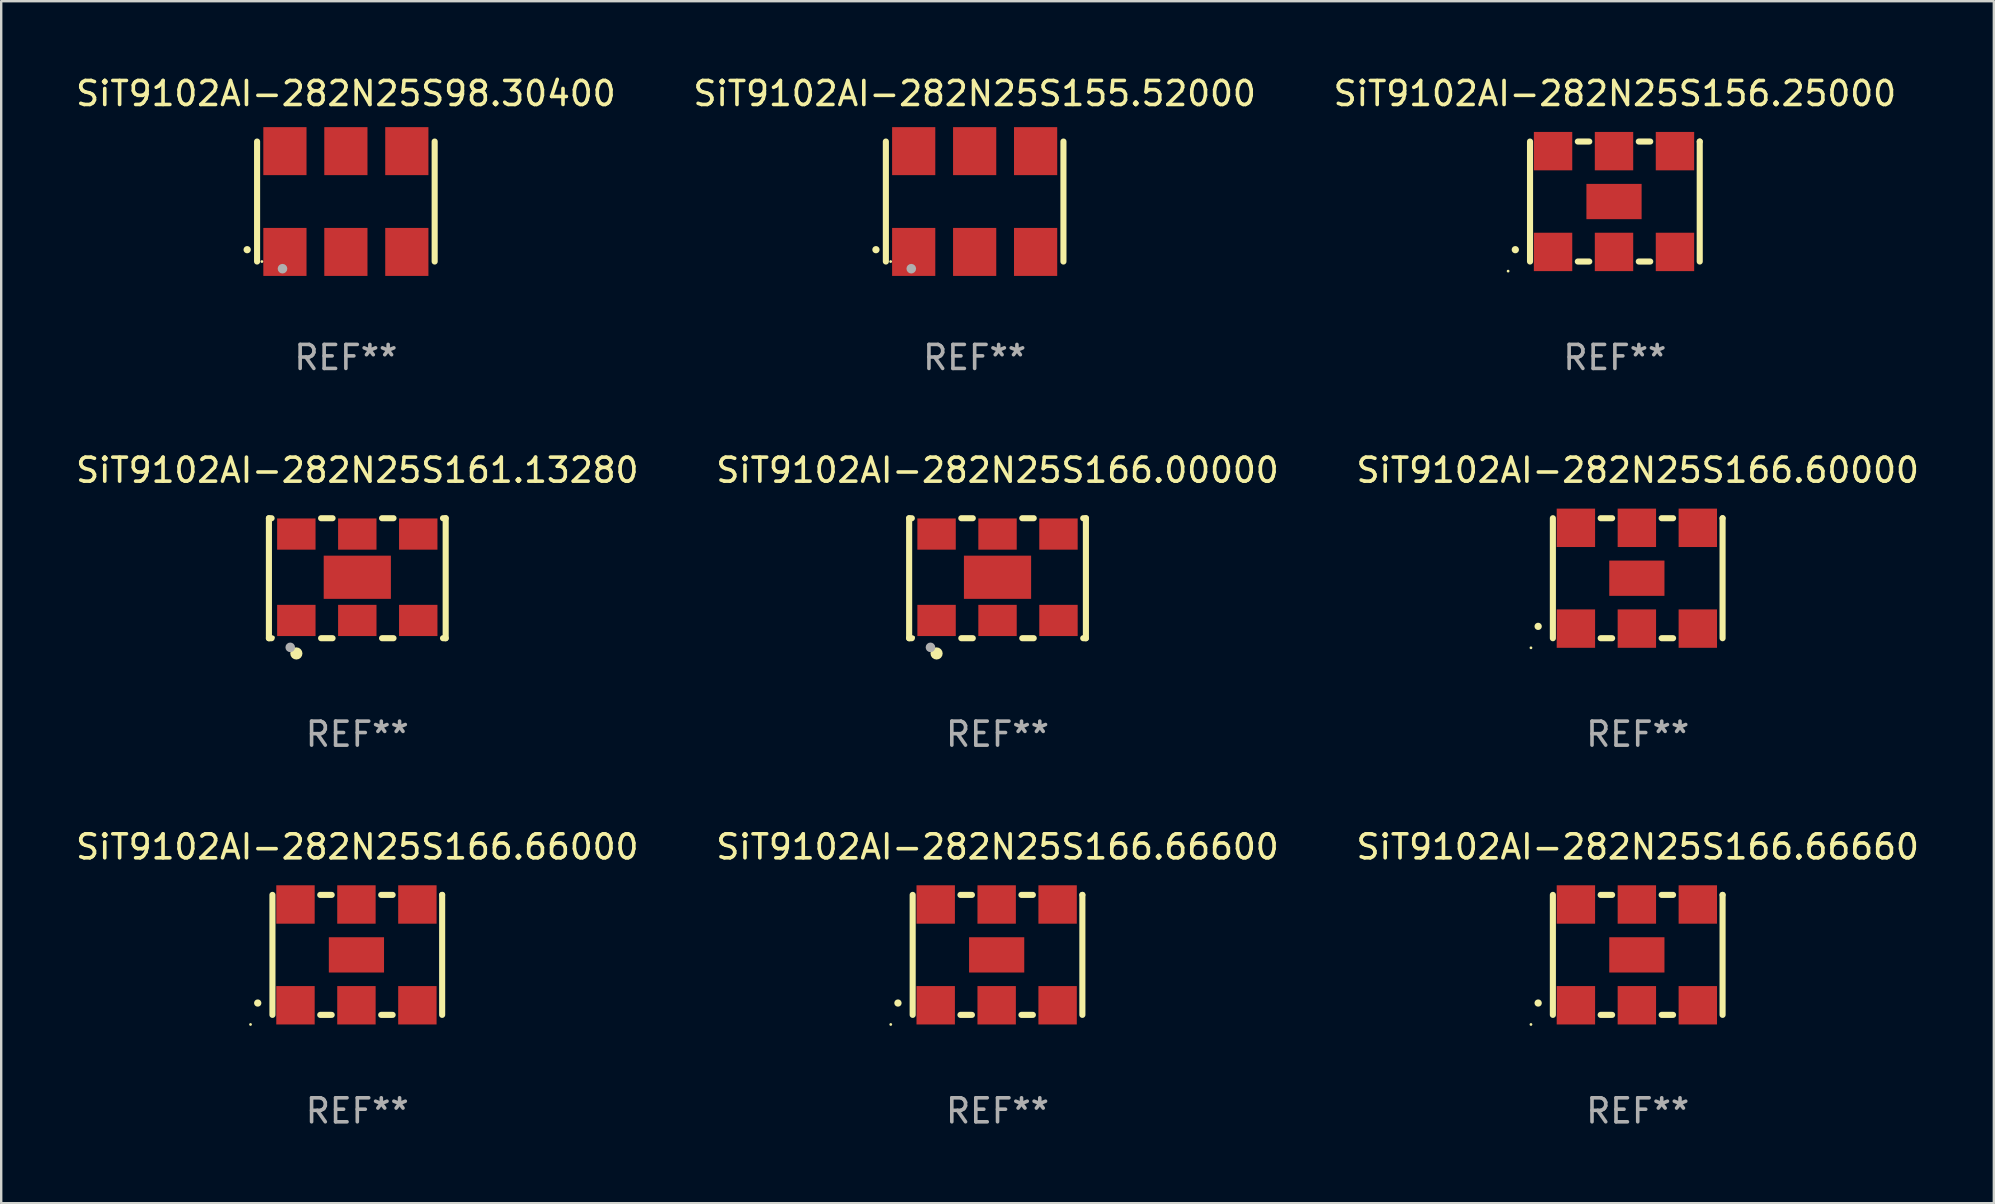
<source format=kicad_pcb>
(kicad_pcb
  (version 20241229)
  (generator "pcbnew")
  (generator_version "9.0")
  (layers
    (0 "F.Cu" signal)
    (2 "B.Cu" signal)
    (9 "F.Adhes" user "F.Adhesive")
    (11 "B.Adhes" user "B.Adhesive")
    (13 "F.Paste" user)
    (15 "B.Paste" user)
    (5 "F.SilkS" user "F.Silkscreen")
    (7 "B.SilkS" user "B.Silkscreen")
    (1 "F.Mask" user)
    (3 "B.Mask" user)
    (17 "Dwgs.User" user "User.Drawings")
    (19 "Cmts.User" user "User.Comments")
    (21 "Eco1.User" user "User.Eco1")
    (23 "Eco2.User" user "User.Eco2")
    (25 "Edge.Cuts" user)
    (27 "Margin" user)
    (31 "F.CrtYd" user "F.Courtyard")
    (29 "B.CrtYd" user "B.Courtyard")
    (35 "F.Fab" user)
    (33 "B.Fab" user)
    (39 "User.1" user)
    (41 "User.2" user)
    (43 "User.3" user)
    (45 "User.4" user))
  (footprint "SiT9102AI-282N25S166.60000"
    (layer "F.Cu")
    (at 65.196 21.045)
    (property "Reference" "SiT9102AI-282N25S166.60000" (at 0 -4.5 0) (layer "F.SilkS") (effects (font (size 1 1) (thickness 0.15))))
    (attr through_hole)
    (fp_line (start -3.536 -2.5) (end -3.536 2.5) (stroke (width 0.254) (type solid)) (layer "F.SilkS"))
    (fp_line (start -1.544 2.5) (end -1.067 2.5) (stroke (width 0.254) (type solid)) (layer "F.SilkS"))
    (fp_line (start -1.067 -2.5) (end -1.544 -2.5) (stroke (width 0.254) (type solid)) (layer "F.SilkS"))
    (fp_line (start 0.996 2.5) (end 1.473 2.5) (stroke (width 0.254) (type solid)) (layer "F.SilkS"))
    (fp_line (start 1.473 -2.5) (end 0.996 -2.5) (stroke (width 0.254) (type solid)) (layer "F.SilkS"))
    (fp_line (start 3.536 -2.5) (end 3.536 -2.5) (stroke (width 0.254) (type solid)) (layer "F.SilkS"))
    (fp_line (start 3.536 2.5) (end 3.536 -2.5) (stroke (width 0.254) (type solid)) (layer "F.SilkS"))
    (fp_arc (start -4.150432 2.006604) (mid -4.149162 2.006599) (end -4.147892 2.006604) (stroke (width 0.3) (type solid)) (layer "F.SilkS"))
    (fp_circle (center -4.449 2.9) (end -4.419 2.9) (stroke (width 0.06) (type solid)) (fill no) (layer "F.SilkS"))
    (fp_text user "REF**" (at 0 6.5 0) (layer "F.Fab") (effects (font (size 1 1) (thickness 0.15))))
    (pad "1" smd rect (at -2.576 2.1) (size 1.6 1.6) (layers "F.Cu" "F.Mask" "F.Paste"))
    (pad "2" smd rect (at -0.036 2.1) (size 1.6 1.6) (layers "F.Cu" "F.Mask" "F.Paste"))
    (pad "3" smd rect (at 2.504 2.1) (size 1.6 1.6) (layers "F.Cu" "F.Mask" "F.Paste"))
    (pad "4" smd rect (at 2.504 -2.1) (size 1.6 1.6) (layers "F.Cu" "F.Mask" "F.Paste"))
    (pad "5" smd rect (at -0.036 -2.1) (size 1.6 1.6) (layers "F.Cu" "F.Mask" "F.Paste"))
    (pad "6" smd rect (at -2.576 -2.1) (size 1.6 1.6) (layers "F.Cu" "F.Mask" "F.Paste"))
    (pad "7" smd rect (at -0.036 0) (size 2.3 1.47) (layers "F.Cu" "F.Mask" "F.Paste")))
  (footprint "SiT9102AI-282N25S98.30400"
    (layer "F.Cu")
    (at 11.363 5.348)
    (property "Reference" "SiT9102AI-282N25S98.30400" (at 0 -4.5 0) (layer "F.SilkS") (effects (font (size 1 1) (thickness 0.15))))
    (attr through_hole)
    (fp_line (start -3.7 -2.5) (end -3.7 2.5) (stroke (width 0.254) (type solid)) (layer "F.SilkS"))
    (fp_line (start 3.7 -2.5) (end 3.7 2.5) (stroke (width 0.254) (type solid)) (layer "F.SilkS"))
    (fp_arc (start -4.114415 2.006604) (mid -4.113145 2.006599) (end -4.111875 2.006604) (stroke (width 0.3) (type solid)) (layer "F.SilkS"))
    (fp_circle (center -3.5 2.501) (end -3.47 2.501) (stroke (width 0.06) (type solid)) (fill no) (layer "F.SilkS"))
    (fp_circle (center -2.641 2.799) (end -2.541 2.799) (stroke (width 0.2) (type solid)) (fill no) (layer "F.Fab"))
    (fp_text user "REF**" (at 0 6.5 0) (layer "F.Fab") (effects (font (size 1 1) (thickness 0.15))))
    (pad "1" smd rect (at -2.54 2.1) (size 1.8 2) (layers "F.Cu" "F.Mask" "F.Paste"))
    (pad "2" smd rect (at 0.000394 2.1) (size 1.8 2) (layers "F.Cu" "F.Mask" "F.Paste"))
    (pad "3" smd rect (at 2.54 2.1) (size 1.8 2) (layers "F.Cu" "F.Mask" "F.Paste"))
    (pad "4" smd rect (at 2.54 -2.1) (size 1.8 2) (layers "F.Cu" "F.Mask" "F.Paste"))
    (pad "5" smd rect (at 0.000394 -2.1) (size 1.8 2) (layers "F.Cu" "F.Mask" "F.Paste"))
    (pad "6" smd rect (at -2.54 -2.1) (size 1.8 2) (layers "F.Cu" "F.Mask" "F.Paste")))
  (footprint "SiT9102AI-282N25S166.66660"
    (layer "F.Cu")
    (at 65.196 36.741)
    (property "Reference" "SiT9102AI-282N25S166.66660" (at 0 -4.5 0) (layer "F.SilkS") (effects (font (size 1 1) (thickness 0.15))))
    (attr through_hole)
    (fp_line (start -3.536 -2.5) (end -3.536 2.5) (stroke (width 0.254) (type solid)) (layer "F.SilkS"))
    (fp_line (start -1.544 2.5) (end -1.067 2.5) (stroke (width 0.254) (type solid)) (layer "F.SilkS"))
    (fp_line (start -1.067 -2.5) (end -1.544 -2.5) (stroke (width 0.254) (type solid)) (layer "F.SilkS"))
    (fp_line (start 0.996 2.5) (end 1.473 2.5) (stroke (width 0.254) (type solid)) (layer "F.SilkS"))
    (fp_line (start 1.473 -2.5) (end 0.996 -2.5) (stroke (width 0.254) (type solid)) (layer "F.SilkS"))
    (fp_line (start 3.536 -2.5) (end 3.536 -2.5) (stroke (width 0.254) (type solid)) (layer "F.SilkS"))
    (fp_line (start 3.536 2.5) (end 3.536 -2.5) (stroke (width 0.254) (type solid)) (layer "F.SilkS"))
    (fp_arc (start -4.150432 2.006604) (mid -4.149162 2.006599) (end -4.147892 2.006604) (stroke (width 0.3) (type solid)) (layer "F.SilkS"))
    (fp_circle (center -4.449 2.9) (end -4.419 2.9) (stroke (width 0.06) (type solid)) (fill no) (layer "F.SilkS"))
    (fp_text user "REF**" (at 0 6.5 0) (layer "F.Fab") (effects (font (size 1 1) (thickness 0.15))))
    (pad "1" smd rect (at -2.576 2.1) (size 1.6 1.6) (layers "F.Cu" "F.Mask" "F.Paste"))
    (pad "2" smd rect (at -0.036 2.1) (size 1.6 1.6) (layers "F.Cu" "F.Mask" "F.Paste"))
    (pad "3" smd rect (at 2.504 2.1) (size 1.6 1.6) (layers "F.Cu" "F.Mask" "F.Paste"))
    (pad "4" smd rect (at 2.504 -2.1) (size 1.6 1.6) (layers "F.Cu" "F.Mask" "F.Paste"))
    (pad "5" smd rect (at -0.036 -2.1) (size 1.6 1.6) (layers "F.Cu" "F.Mask" "F.Paste"))
    (pad "6" smd rect (at -2.576 -2.1) (size 1.6 1.6) (layers "F.Cu" "F.Mask" "F.Paste"))
    (pad "7" smd rect (at -0.036 0) (size 2.3 1.47) (layers "F.Cu" "F.Mask" "F.Paste")))
  (footprint "SiT9102AI-282N25S166.00000"
    (layer "F.Cu")
    (at 38.518 21.045)
    (property "Reference" "SiT9102AI-282N25S166.00000" (at 0 -4.5 0) (layer "F.SilkS") (effects (font (size 1 1) (thickness 0.15))))
    (attr through_hole)
    (fp_line (start -3.683 -2.5) (end -3.571 -2.5) (stroke (width 0.254) (type solid)) (layer "F.SilkS"))
    (fp_line (start -3.683 2.5) (end -3.683 -2.5) (stroke (width 0.254) (type solid)) (layer "F.SilkS"))
    (fp_line (start -3.683 2.5) (end -3.571 2.5) (stroke (width 0.254) (type solid)) (layer "F.SilkS"))
    (fp_line (start -1.509 -2.5) (end -1.031 -2.5) (stroke (width 0.254) (type solid)) (layer "F.SilkS"))
    (fp_line (start -1.509 2.5) (end -1.031 2.5) (stroke (width 0.254) (type solid)) (layer "F.SilkS"))
    (fp_line (start 1.031 -2.5) (end 1.509 -2.5) (stroke (width 0.254) (type solid)) (layer "F.SilkS"))
    (fp_line (start 1.031 2.5) (end 1.509 2.5) (stroke (width 0.254) (type solid)) (layer "F.SilkS"))
    (fp_line (start 3.571 -2.5) (end 3.683 -2.5) (stroke (width 0.254) (type solid)) (layer "F.SilkS"))
    (fp_line (start 3.571 2.5) (end 3.683 2.5) (stroke (width 0.254) (type solid)) (layer "F.SilkS"))
    (fp_line (start 3.683 2.5) (end 3.683 -2.5) (stroke (width 0.254) (type solid)) (layer "F.SilkS"))
    (fp_circle (center -3.5 2.46) (end -3.47 2.46) (stroke (width 0.06) (type solid)) (fill no) (layer "F.SilkS"))
    (fp_circle (center -2.54 3.135) (end -2.413 3.135) (stroke (width 0.254) (type solid)) (fill no) (layer "F.SilkS"))
    (fp_circle (center -2.794 2.881) (end -2.694 2.881) (stroke (width 0.2) (type solid)) (fill no) (layer "F.Fab"))
    (fp_text user "REF**" (at 0 6.5 0) (layer "F.Fab") (effects (font (size 1 1) (thickness 0.15))))
    (pad "1" smd rect (at -2.54 1.76) (size 1.6 1.3) (layers "F.Cu" "F.Mask" "F.Paste"))
    (pad "2" smd rect (at 0 1.76) (size 1.6 1.3) (layers "F.Cu" "F.Mask" "F.Paste"))
    (pad "3" smd rect (at 2.54 1.76) (size 1.6 1.3) (layers "F.Cu" "F.Mask" "F.Paste"))
    (pad "4" smd rect (at 2.54 -1.84) (size 1.6 1.3) (layers "F.Cu" "F.Mask" "F.Paste"))
    (pad "5" smd rect (at 0 -1.84) (size 1.6 1.3) (layers "F.Cu" "F.Mask" "F.Paste"))
    (pad "6" smd rect (at -2.54 -1.84) (size 1.6 1.3) (layers "F.Cu" "F.Mask" "F.Paste"))
    (pad "7" smd rect (at 0 -0.04) (size 2.8 1.8) (layers "F.Cu" "F.Mask" "F.Paste")))
  (footprint "SiT9102AI-282N25S155.52000"
    (layer "F.Cu")
    (at 37.565 5.348)
    (property "Reference" "SiT9102AI-282N25S155.52000" (at 0 -4.5 0) (layer "F.SilkS") (effects (font (size 1 1) (thickness 0.15))))
    (attr through_hole)
    (fp_line (start -3.7 -2.5) (end -3.7 2.5) (stroke (width 0.254) (type solid)) (layer "F.SilkS"))
    (fp_line (start 3.7 -2.5) (end 3.7 2.5) (stroke (width 0.254) (type solid)) (layer "F.SilkS"))
    (fp_arc (start -4.114415 2.006604) (mid -4.113145 2.006599) (end -4.111875 2.006604) (stroke (width 0.3) (type solid)) (layer "F.SilkS"))
    (fp_circle (center -3.5 2.501) (end -3.47 2.501) (stroke (width 0.06) (type solid)) (fill no) (layer "F.SilkS"))
    (fp_circle (center -2.641 2.799) (end -2.541 2.799) (stroke (width 0.2) (type solid)) (fill no) (layer "F.Fab"))
    (fp_text user "REF**" (at 0 6.5 0) (layer "F.Fab") (effects (font (size 1 1) (thickness 0.15))))
    (pad "1" smd rect (at -2.54 2.1) (size 1.8 2) (layers "F.Cu" "F.Mask" "F.Paste"))
    (pad "2" smd rect (at 0.000394 2.1) (size 1.8 2) (layers "F.Cu" "F.Mask" "F.Paste"))
    (pad "3" smd rect (at 2.54 2.1) (size 1.8 2) (layers "F.Cu" "F.Mask" "F.Paste"))
    (pad "4" smd rect (at 2.54 -2.1) (size 1.8 2) (layers "F.Cu" "F.Mask" "F.Paste"))
    (pad "5" smd rect (at 0.000394 -2.1) (size 1.8 2) (layers "F.Cu" "F.Mask" "F.Paste"))
    (pad "6" smd rect (at -2.54 -2.1) (size 1.8 2) (layers "F.Cu" "F.Mask" "F.Paste")))
  (footprint "SiT9102AI-282N25S161.13280"
    (layer "F.Cu")
    (at 11.839 21.045)
    (property "Reference" "SiT9102AI-282N25S161.13280" (at 0 -4.5 0) (layer "F.SilkS") (effects (font (size 1 1) (thickness 0.15))))
    (attr through_hole)
    (fp_line (start -3.683 -2.5) (end -3.571 -2.5) (stroke (width 0.254) (type solid)) (layer "F.SilkS"))
    (fp_line (start -3.683 2.5) (end -3.683 -2.5) (stroke (width 0.254) (type solid)) (layer "F.SilkS"))
    (fp_line (start -3.683 2.5) (end -3.571 2.5) (stroke (width 0.254) (type solid)) (layer "F.SilkS"))
    (fp_line (start -1.509 -2.5) (end -1.031 -2.5) (stroke (width 0.254) (type solid)) (layer "F.SilkS"))
    (fp_line (start -1.509 2.5) (end -1.031 2.5) (stroke (width 0.254) (type solid)) (layer "F.SilkS"))
    (fp_line (start 1.031 -2.5) (end 1.509 -2.5) (stroke (width 0.254) (type solid)) (layer "F.SilkS"))
    (fp_line (start 1.031 2.5) (end 1.509 2.5) (stroke (width 0.254) (type solid)) (layer "F.SilkS"))
    (fp_line (start 3.571 -2.5) (end 3.683 -2.5) (stroke (width 0.254) (type solid)) (layer "F.SilkS"))
    (fp_line (start 3.571 2.5) (end 3.683 2.5) (stroke (width 0.254) (type solid)) (layer "F.SilkS"))
    (fp_line (start 3.683 2.5) (end 3.683 -2.5) (stroke (width 0.254) (type solid)) (layer "F.SilkS"))
    (fp_circle (center -3.5 2.46) (end -3.47 2.46) (stroke (width 0.06) (type solid)) (fill no) (layer "F.SilkS"))
    (fp_circle (center -2.54 3.135) (end -2.413 3.135) (stroke (width 0.254) (type solid)) (fill no) (layer "F.SilkS"))
    (fp_circle (center -2.794 2.881) (end -2.694 2.881) (stroke (width 0.2) (type solid)) (fill no) (layer "F.Fab"))
    (fp_text user "REF**" (at 0 6.5 0) (layer "F.Fab") (effects (font (size 1 1) (thickness 0.15))))
    (pad "1" smd rect (at -2.54 1.76) (size 1.6 1.3) (layers "F.Cu" "F.Mask" "F.Paste"))
    (pad "2" smd rect (at 0 1.76) (size 1.6 1.3) (layers "F.Cu" "F.Mask" "F.Paste"))
    (pad "3" smd rect (at 2.54 1.76) (size 1.6 1.3) (layers "F.Cu" "F.Mask" "F.Paste"))
    (pad "4" smd rect (at 2.54 -1.84) (size 1.6 1.3) (layers "F.Cu" "F.Mask" "F.Paste"))
    (pad "5" smd rect (at 0 -1.84) (size 1.6 1.3) (layers "F.Cu" "F.Mask" "F.Paste"))
    (pad "6" smd rect (at -2.54 -1.84) (size 1.6 1.3) (layers "F.Cu" "F.Mask" "F.Paste"))
    (pad "7" smd rect (at 0 -0.04) (size 2.8 1.8) (layers "F.Cu" "F.Mask" "F.Paste")))
  (footprint "SiT9102AI-282N25S166.66600"
    (layer "F.Cu")
    (at 38.518 36.741)
    (property "Reference" "SiT9102AI-282N25S166.66600" (at 0 -4.5 0) (layer "F.SilkS") (effects (font (size 1 1) (thickness 0.15))))
    (attr through_hole)
    (fp_line (start -3.536 -2.5) (end -3.536 2.5) (stroke (width 0.254) (type solid)) (layer "F.SilkS"))
    (fp_line (start -1.544 2.5) (end -1.067 2.5) (stroke (width 0.254) (type solid)) (layer "F.SilkS"))
    (fp_line (start -1.067 -2.5) (end -1.544 -2.5) (stroke (width 0.254) (type solid)) (layer "F.SilkS"))
    (fp_line (start 0.996 2.5) (end 1.473 2.5) (stroke (width 0.254) (type solid)) (layer "F.SilkS"))
    (fp_line (start 1.473 -2.5) (end 0.996 -2.5) (stroke (width 0.254) (type solid)) (layer "F.SilkS"))
    (fp_line (start 3.536 -2.5) (end 3.536 -2.5) (stroke (width 0.254) (type solid)) (layer "F.SilkS"))
    (fp_line (start 3.536 2.5) (end 3.536 -2.5) (stroke (width 0.254) (type solid)) (layer "F.SilkS"))
    (fp_arc (start -4.150432 2.006604) (mid -4.149162 2.006599) (end -4.147892 2.006604) (stroke (width 0.3) (type solid)) (layer "F.SilkS"))
    (fp_circle (center -4.449 2.9) (end -4.419 2.9) (stroke (width 0.06) (type solid)) (fill no) (layer "F.SilkS"))
    (fp_text user "REF**" (at 0 6.5 0) (layer "F.Fab") (effects (font (size 1 1) (thickness 0.15))))
    (pad "1" smd rect (at -2.576 2.1) (size 1.6 1.6) (layers "F.Cu" "F.Mask" "F.Paste"))
    (pad "2" smd rect (at -0.036 2.1) (size 1.6 1.6) (layers "F.Cu" "F.Mask" "F.Paste"))
    (pad "3" smd rect (at 2.504 2.1) (size 1.6 1.6) (layers "F.Cu" "F.Mask" "F.Paste"))
    (pad "4" smd rect (at 2.504 -2.1) (size 1.6 1.6) (layers "F.Cu" "F.Mask" "F.Paste"))
    (pad "5" smd rect (at -0.036 -2.1) (size 1.6 1.6) (layers "F.Cu" "F.Mask" "F.Paste"))
    (pad "6" smd rect (at -2.576 -2.1) (size 1.6 1.6) (layers "F.Cu" "F.Mask" "F.Paste"))
    (pad "7" smd rect (at -0.036 0) (size 2.3 1.47) (layers "F.Cu" "F.Mask" "F.Paste")))
  (footprint "SiT9102AI-282N25S166.66000"
    (layer "F.Cu")
    (at 11.839 36.741)
    (property "Reference" "SiT9102AI-282N25S166.66000" (at 0 -4.5 0) (layer "F.SilkS") (effects (font (size 1 1) (thickness 0.15))))
    (attr through_hole)
    (fp_line (start -3.536 -2.5) (end -3.536 2.5) (stroke (width 0.254) (type solid)) (layer "F.SilkS"))
    (fp_line (start -1.544 2.5) (end -1.067 2.5) (stroke (width 0.254) (type solid)) (layer "F.SilkS"))
    (fp_line (start -1.067 -2.5) (end -1.544 -2.5) (stroke (width 0.254) (type solid)) (layer "F.SilkS"))
    (fp_line (start 0.996 2.5) (end 1.473 2.5) (stroke (width 0.254) (type solid)) (layer "F.SilkS"))
    (fp_line (start 1.473 -2.5) (end 0.996 -2.5) (stroke (width 0.254) (type solid)) (layer "F.SilkS"))
    (fp_line (start 3.536 -2.5) (end 3.536 -2.5) (stroke (width 0.254) (type solid)) (layer "F.SilkS"))
    (fp_line (start 3.536 2.5) (end 3.536 -2.5) (stroke (width 0.254) (type solid)) (layer "F.SilkS"))
    (fp_arc (start -4.150432 2.006604) (mid -4.149162 2.006599) (end -4.147892 2.006604) (stroke (width 0.3) (type solid)) (layer "F.SilkS"))
    (fp_circle (center -4.449 2.9) (end -4.419 2.9) (stroke (width 0.06) (type solid)) (fill no) (layer "F.SilkS"))
    (fp_text user "REF**" (at 0 6.5 0) (layer "F.Fab") (effects (font (size 1 1) (thickness 0.15))))
    (pad "1" smd rect (at -2.576 2.1) (size 1.6 1.6) (layers "F.Cu" "F.Mask" "F.Paste"))
    (pad "2" smd rect (at -0.036 2.1) (size 1.6 1.6) (layers "F.Cu" "F.Mask" "F.Paste"))
    (pad "3" smd rect (at 2.504 2.1) (size 1.6 1.6) (layers "F.Cu" "F.Mask" "F.Paste"))
    (pad "4" smd rect (at 2.504 -2.1) (size 1.6 1.6) (layers "F.Cu" "F.Mask" "F.Paste"))
    (pad "5" smd rect (at -0.036 -2.1) (size 1.6 1.6) (layers "F.Cu" "F.Mask" "F.Paste"))
    (pad "6" smd rect (at -2.576 -2.1) (size 1.6 1.6) (layers "F.Cu" "F.Mask" "F.Paste"))
    (pad "7" smd rect (at -0.036 0) (size 2.3 1.47) (layers "F.Cu" "F.Mask" "F.Paste")))
  (footprint "SiT9102AI-282N25S156.25000"
    (layer "F.Cu")
    (at 64.244 5.348)
    (property "Reference" "SiT9102AI-282N25S156.25000" (at 0 -4.5 0) (layer "F.SilkS") (effects (font (size 1 1) (thickness 0.15))))
    (attr through_hole)
    (fp_line (start -3.536 -2.5) (end -3.536 2.5) (stroke (width 0.254) (type solid)) (layer "F.SilkS"))
    (fp_line (start -1.544 2.5) (end -1.067 2.5) (stroke (width 0.254) (type solid)) (layer "F.SilkS"))
    (fp_line (start -1.067 -2.5) (end -1.544 -2.5) (stroke (width 0.254) (type solid)) (layer "F.SilkS"))
    (fp_line (start 0.996 2.5) (end 1.473 2.5) (stroke (width 0.254) (type solid)) (layer "F.SilkS"))
    (fp_line (start 1.473 -2.5) (end 0.996 -2.5) (stroke (width 0.254) (type solid)) (layer "F.SilkS"))
    (fp_line (start 3.536 -2.5) (end 3.536 -2.5) (stroke (width 0.254) (type solid)) (layer "F.SilkS"))
    (fp_line (start 3.536 2.5) (end 3.536 -2.5) (stroke (width 0.254) (type solid)) (layer "F.SilkS"))
    (fp_arc (start -4.150432 2.006604) (mid -4.149162 2.006599) (end -4.147892 2.006604) (stroke (width 0.3) (type solid)) (layer "F.SilkS"))
    (fp_circle (center -4.449 2.9) (end -4.419 2.9) (stroke (width 0.06) (type solid)) (fill no) (layer "F.SilkS"))
    (fp_text user "REF**" (at 0 6.5 0) (layer "F.Fab") (effects (font (size 1 1) (thickness 0.15))))
    (pad "1" smd rect (at -2.576 2.1) (size 1.6 1.6) (layers "F.Cu" "F.Mask" "F.Paste"))
    (pad "2" smd rect (at -0.036 2.1) (size 1.6 1.6) (layers "F.Cu" "F.Mask" "F.Paste"))
    (pad "3" smd rect (at 2.504 2.1) (size 1.6 1.6) (layers "F.Cu" "F.Mask" "F.Paste"))
    (pad "4" smd rect (at 2.504 -2.1) (size 1.6 1.6) (layers "F.Cu" "F.Mask" "F.Paste"))
    (pad "5" smd rect (at -0.036 -2.1) (size 1.6 1.6) (layers "F.Cu" "F.Mask" "F.Paste"))
    (pad "6" smd rect (at -2.576 -2.1) (size 1.6 1.6) (layers "F.Cu" "F.Mask" "F.Paste"))
    (pad "7" smd rect (at -0.036 0) (size 2.3 1.47) (layers "F.Cu" "F.Mask" "F.Paste")))
  (gr_rect
    (start -3 -3)
    (end 80.036 47.09)
    (stroke (width 0.1) (type default))
    (fill no)
    (layer "Edge.Cuts")))
</source>
